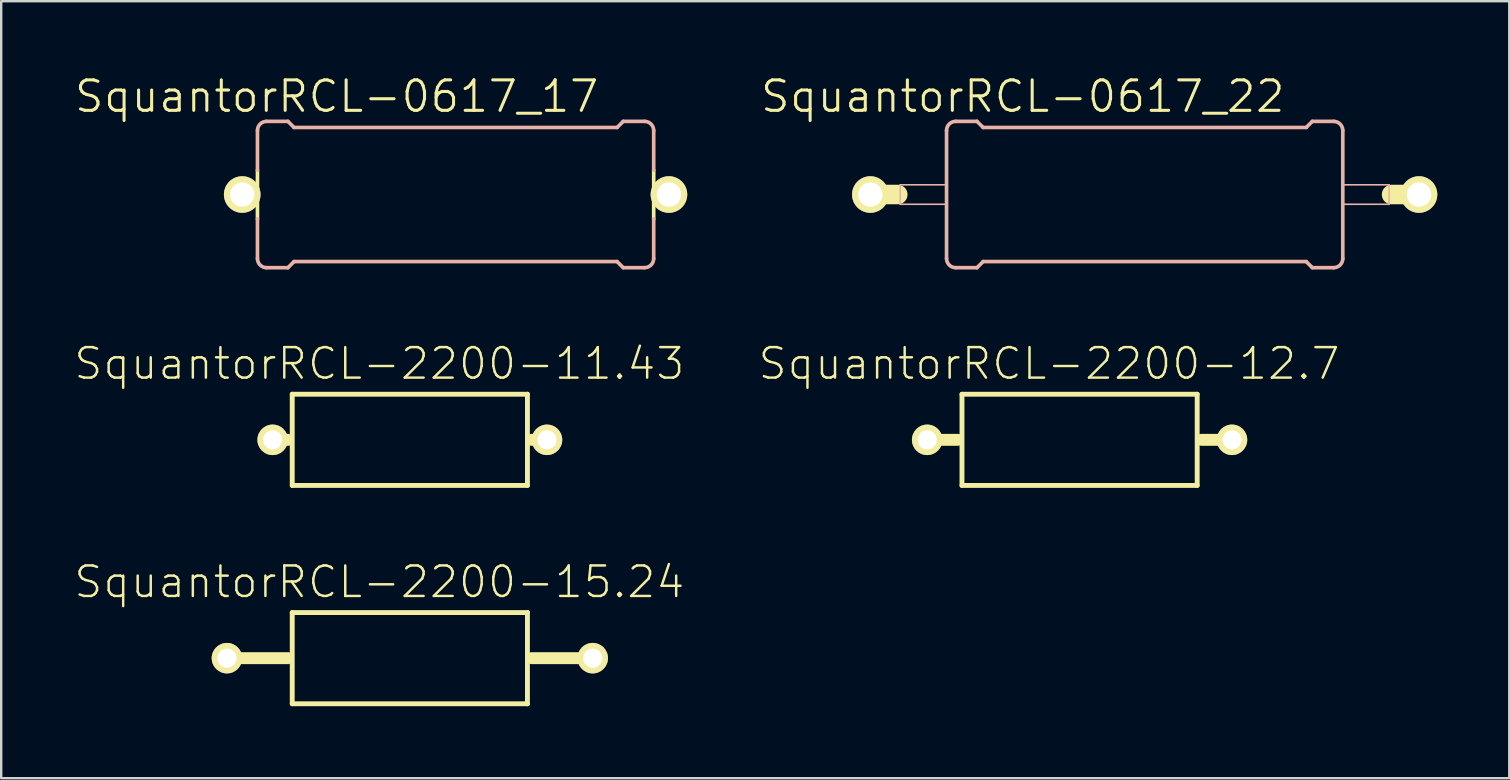
<source format=kicad_pcb>
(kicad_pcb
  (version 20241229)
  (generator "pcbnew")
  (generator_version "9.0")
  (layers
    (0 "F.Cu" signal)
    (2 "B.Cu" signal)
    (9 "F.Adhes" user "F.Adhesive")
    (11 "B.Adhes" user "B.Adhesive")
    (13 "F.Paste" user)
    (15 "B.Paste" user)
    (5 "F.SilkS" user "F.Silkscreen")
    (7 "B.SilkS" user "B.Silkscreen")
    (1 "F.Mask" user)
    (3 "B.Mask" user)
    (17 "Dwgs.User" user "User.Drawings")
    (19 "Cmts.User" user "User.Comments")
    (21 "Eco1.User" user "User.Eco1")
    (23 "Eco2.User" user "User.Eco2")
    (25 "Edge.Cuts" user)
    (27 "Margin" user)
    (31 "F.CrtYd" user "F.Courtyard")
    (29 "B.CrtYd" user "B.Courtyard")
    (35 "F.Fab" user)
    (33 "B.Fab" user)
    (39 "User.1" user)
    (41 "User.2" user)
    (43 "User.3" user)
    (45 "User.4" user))
  (footprint "SquantorRCL-0617_22"
    (layer "F.Cu")
    (at 44.644 5.055)
    (property "Reference" "SquantorRCL-0617_22" (at -5.08 -4.089 0) (layer "F.SilkS") (effects (font (size 1.27 1.27) (thickness 0.127))))
    (attr exclude_from_pos_files exclude_from_bom)
    (fp_line (start -10.287 0) (end -11.43 0) (stroke (width 0.813) (type solid)) (layer "F.SilkS"))
    (fp_line (start 11.43 0) (end 10.287 0) (stroke (width 0.813) (type solid)) (layer "F.SilkS"))
    (fp_line (start -10.185 -0.406) (end -8.255 -0.406) (stroke (width 0.066) (type solid)) (layer "B.SilkS"))
    (fp_line (start -10.185 0.406) (end -10.185 -0.406) (stroke (width 0.066) (type solid)) (layer "B.SilkS"))
    (fp_line (start -10.185 0.406) (end -8.255 0.406) (stroke (width 0.066) (type solid)) (layer "B.SilkS"))
    (fp_line (start -8.255 0.406) (end -8.255 -0.406) (stroke (width 0.066) (type solid)) (layer "B.SilkS"))
    (fp_line (start -8.255 2.667) (end -8.255 -2.667) (stroke (width 0.152) (type solid)) (layer "B.SilkS"))
    (fp_line (start -7.874 -3.048) (end -6.985 -3.048) (stroke (width 0.152) (type solid)) (layer "B.SilkS"))
    (fp_line (start -7.874 3.048) (end -6.985 3.048) (stroke (width 0.152) (type solid)) (layer "B.SilkS"))
    (fp_line (start -6.731 -2.794) (end -6.985 -3.048) (stroke (width 0.152) (type solid)) (layer "B.SilkS"))
    (fp_line (start -6.731 2.794) (end -6.985 3.048) (stroke (width 0.152) (type solid)) (layer "B.SilkS"))
    (fp_line (start 6.731 -2.794) (end -6.731 -2.794) (stroke (width 0.152) (type solid)) (layer "B.SilkS"))
    (fp_line (start 6.731 -2.794) (end 6.985 -3.048) (stroke (width 0.152) (type solid)) (layer "B.SilkS"))
    (fp_line (start 6.731 2.794) (end -6.731 2.794) (stroke (width 0.152) (type solid)) (layer "B.SilkS"))
    (fp_line (start 6.731 2.794) (end 6.985 3.048) (stroke (width 0.152) (type solid)) (layer "B.SilkS"))
    (fp_line (start 7.874 -3.048) (end 6.985 -3.048) (stroke (width 0.152) (type solid)) (layer "B.SilkS"))
    (fp_line (start 7.874 3.048) (end 6.985 3.048) (stroke (width 0.152) (type solid)) (layer "B.SilkS"))
    (fp_line (start 8.255 -0.406) (end 10.185 -0.406) (stroke (width 0.066) (type solid)) (layer "B.SilkS"))
    (fp_line (start 8.255 0.406) (end 8.255 -0.406) (stroke (width 0.066) (type solid)) (layer "B.SilkS"))
    (fp_line (start 8.255 0.406) (end 10.185 0.406) (stroke (width 0.066) (type solid)) (layer "B.SilkS"))
    (fp_line (start 8.255 2.667) (end 8.255 -2.667) (stroke (width 0.152) (type solid)) (layer "B.SilkS"))
    (fp_line (start 10.185 0.406) (end 10.185 -0.406) (stroke (width 0.066) (type solid)) (layer "B.SilkS"))
    (fp_arc (start -8.255 -2.667) (mid -8.143408 -2.936408) (end -7.874 -3.048) (stroke (width 0.1524) (type solid)) (layer "B.SilkS"))
    (fp_arc (start -7.874 3.048) (mid -8.143408 2.936408) (end -8.255 2.667) (stroke (width 0.1524) (type solid)) (layer "B.SilkS"))
    (fp_arc (start 7.874 -3.048) (mid 8.143408 -2.936408) (end 8.255 -2.667) (stroke (width 0.1524) (type solid)) (layer "B.SilkS"))
    (fp_arc (start 8.255 2.667) (mid 8.143408 2.936408) (end 7.874 3.048) (stroke (width 0.1524) (type solid)) (layer "B.SilkS"))
    (pad "1" thru_hole circle (at -11.43 0) (size 1.524 1.524) (drill 1.016) (layers "*.Cu" "F.Mask" "F.SilkS" "F.Paste"))
    (pad "2" thru_hole circle (at 11.43 0) (size 1.524 1.524) (drill 1.016) (layers "*.Cu" "F.Mask" "F.SilkS" "F.Paste")))
  (footprint "SquantorRCL-2200-12.7"
    (layer "F.Cu")
    (at 41.932 15.276)
    (property "Reference" "SquantorRCL-2200-12.7" (at -1.27 -3.175 0) (layer "F.SilkS") (effects (font (size 1.27 1.27) (thickness 0.102))))
    (attr exclude_from_pos_files exclude_from_bom)
    (fp_line (start -6.35 0) (end -5.08 0) (stroke (width 0.498) (type solid)) (layer "F.SilkS"))
    (fp_line (start -4.9 -1.9) (end 4.9 -1.9) (stroke (width 0.203) (type solid)) (layer "F.SilkS"))
    (fp_line (start -4.9 1.9) (end -4.9 -1.9) (stroke (width 0.203) (type solid)) (layer "F.SilkS"))
    (fp_line (start 4.9 -1.9) (end 4.9 1.9) (stroke (width 0.203) (type solid)) (layer "F.SilkS"))
    (fp_line (start 4.9 1.9) (end -4.9 1.9) (stroke (width 0.203) (type solid)) (layer "F.SilkS"))
    (fp_line (start 6.35 0) (end 5.08 0) (stroke (width 0.498) (type solid)) (layer "F.SilkS"))
    (pad "1" thru_hole circle (at -6.35 0) (size 1.27 1.27) (drill 0.798) (layers "*.Cu" "F.Mask" "F.SilkS" "F.Paste"))
    (pad "2" thru_hole circle (at 6.35 0) (size 1.27 1.27) (drill 0.798) (layers "*.Cu" "F.Mask" "F.SilkS" "F.Paste")))
  (footprint "SquantorRCL-0617_17"
    (layer "F.Cu")
    (at 15.932 5.055)
    (property "Reference" "SquantorRCL-0617_17" (at -4.953 -4.089 0) (layer "F.SilkS") (effects (font (size 1.27 1.27) (thickness 0.127))))
    (attr exclude_from_pos_files exclude_from_bom)
    (fp_line (start -8.89 0) (end -8.636 0) (stroke (width 0.813) (type solid)) (layer "F.SilkS"))
    (fp_line (start -8.534 -0.406) (end -8.23 -0.406) (stroke (width 0.066) (type solid)) (layer "F.SilkS"))
    (fp_line (start -8.534 0.406) (end -8.534 -0.406) (stroke (width 0.066) (type solid)) (layer "F.SilkS"))
    (fp_line (start -8.534 0.406) (end -8.23 0.406) (stroke (width 0.066) (type solid)) (layer "F.SilkS"))
    (fp_line (start -8.255 -1.016) (end -8.255 1.016) (stroke (width 0.152) (type solid)) (layer "F.SilkS"))
    (fp_line (start -8.23 0.406) (end -8.23 -0.406) (stroke (width 0.066) (type solid)) (layer "F.SilkS"))
    (fp_line (start 8.23 -0.406) (end 8.534 -0.406) (stroke (width 0.066) (type solid)) (layer "F.SilkS"))
    (fp_line (start 8.23 0.406) (end 8.23 -0.406) (stroke (width 0.066) (type solid)) (layer "F.SilkS"))
    (fp_line (start 8.23 0.406) (end 8.534 0.406) (stroke (width 0.066) (type solid)) (layer "F.SilkS"))
    (fp_line (start 8.255 -1.016) (end 8.255 1.016) (stroke (width 0.152) (type solid)) (layer "F.SilkS"))
    (fp_line (start 8.534 0.406) (end 8.534 -0.406) (stroke (width 0.066) (type solid)) (layer "F.SilkS"))
    (fp_line (start 8.636 0) (end 8.89 0) (stroke (width 0.813) (type solid)) (layer "F.SilkS"))
    (fp_line (start -8.255 -1.016) (end -8.255 -2.667) (stroke (width 0.152) (type solid)) (layer "B.SilkS"))
    (fp_line (start -8.255 2.667) (end -8.255 1.016) (stroke (width 0.152) (type solid)) (layer "B.SilkS"))
    (fp_line (start -7.874 -3.048) (end -6.985 -3.048) (stroke (width 0.152) (type solid)) (layer "B.SilkS"))
    (fp_line (start -7.874 3.048) (end -6.985 3.048) (stroke (width 0.152) (type solid)) (layer "B.SilkS"))
    (fp_line (start -6.731 -2.794) (end -6.985 -3.048) (stroke (width 0.152) (type solid)) (layer "B.SilkS"))
    (fp_line (start -6.731 2.794) (end -6.985 3.048) (stroke (width 0.152) (type solid)) (layer "B.SilkS"))
    (fp_line (start 6.731 -2.794) (end -6.731 -2.794) (stroke (width 0.152) (type solid)) (layer "B.SilkS"))
    (fp_line (start 6.731 -2.794) (end 6.985 -3.048) (stroke (width 0.152) (type solid)) (layer "B.SilkS"))
    (fp_line (start 6.731 2.794) (end -6.731 2.794) (stroke (width 0.152) (type solid)) (layer "B.SilkS"))
    (fp_line (start 6.731 2.794) (end 6.985 3.048) (stroke (width 0.152) (type solid)) (layer "B.SilkS"))
    (fp_line (start 7.874 -3.048) (end 6.985 -3.048) (stroke (width 0.152) (type solid)) (layer "B.SilkS"))
    (fp_line (start 7.874 3.048) (end 6.985 3.048) (stroke (width 0.152) (type solid)) (layer "B.SilkS"))
    (fp_line (start 8.255 -1.016) (end 8.255 -2.667) (stroke (width 0.152) (type solid)) (layer "B.SilkS"))
    (fp_line (start 8.255 2.667) (end 8.255 1.016) (stroke (width 0.152) (type solid)) (layer "B.SilkS"))
    (fp_arc (start -8.255 -2.667) (mid -8.143408 -2.936408) (end -7.874 -3.048) (stroke (width 0.1524) (type solid)) (layer "B.SilkS"))
    (fp_arc (start -7.874 3.048) (mid -8.143408 2.936408) (end -8.255 2.667) (stroke (width 0.1524) (type solid)) (layer "B.SilkS"))
    (fp_arc (start 7.874 -3.048) (mid 8.143408 -2.936408) (end 8.255 -2.667) (stroke (width 0.1524) (type solid)) (layer "B.SilkS"))
    (fp_arc (start 8.255 2.667) (mid 8.143408 2.936408) (end 7.874 3.048) (stroke (width 0.1524) (type solid)) (layer "B.SilkS"))
    (pad "1" thru_hole circle (at -8.89 0) (size 1.524 1.524) (drill 1.016) (layers "*.Cu" "F.Mask" "F.SilkS" "F.Paste"))
    (pad "2" thru_hole circle (at 8.89 0) (size 1.524 1.524) (drill 1.016) (layers "*.Cu" "F.Mask" "F.SilkS" "F.Paste")))
  (footprint "SquantorRCL-2200-15.24"
    (layer "F.Cu")
    (at 14.026 24.373)
    (property "Reference" "SquantorRCL-2200-15.24" (at -1.27 -3.175 0) (layer "F.SilkS") (effects (font (size 1.27 1.27) (thickness 0.102))))
    (attr exclude_from_pos_files exclude_from_bom)
    (fp_line (start -7.62 0) (end -5.08 0) (stroke (width 0.498) (type solid)) (layer "F.SilkS"))
    (fp_line (start -4.9 -1.9) (end 4.9 -1.9) (stroke (width 0.203) (type solid)) (layer "F.SilkS"))
    (fp_line (start -4.9 1.9) (end -4.9 -1.9) (stroke (width 0.203) (type solid)) (layer "F.SilkS"))
    (fp_line (start 4.9 -1.9) (end 4.9 1.9) (stroke (width 0.203) (type solid)) (layer "F.SilkS"))
    (fp_line (start 4.9 1.9) (end -4.9 1.9) (stroke (width 0.203) (type solid)) (layer "F.SilkS"))
    (fp_line (start 7.62 0) (end 5.08 0) (stroke (width 0.498) (type solid)) (layer "F.SilkS"))
    (pad "1" thru_hole circle (at -7.62 0) (size 1.27 1.27) (drill 0.798) (layers "*.Cu" "F.Mask" "F.SilkS" "F.Paste"))
    (pad "2" thru_hole circle (at 7.62 0) (size 1.27 1.27) (drill 0.798) (layers "*.Cu" "F.Mask" "F.SilkS" "F.Paste")))
  (footprint "SquantorRCL-2200-11.43"
    (layer "F.Cu")
    (at 14.026 15.276)
    (property "Reference" "SquantorRCL-2200-11.43" (at -1.27 -3.175 0) (layer "F.SilkS") (effects (font (size 1.27 1.27) (thickness 0.102))))
    (attr exclude_from_pos_files exclude_from_bom)
    (fp_line (start -5.715 0) (end -5.08 0) (stroke (width 0.498) (type solid)) (layer "F.SilkS"))
    (fp_line (start -4.9 -1.9) (end 4.9 -1.9) (stroke (width 0.203) (type solid)) (layer "F.SilkS"))
    (fp_line (start -4.9 1.9) (end -4.9 -1.9) (stroke (width 0.203) (type solid)) (layer "F.SilkS"))
    (fp_line (start 4.9 -1.9) (end 4.9 1.9) (stroke (width 0.203) (type solid)) (layer "F.SilkS"))
    (fp_line (start 4.9 1.9) (end -4.9 1.9) (stroke (width 0.203) (type solid)) (layer "F.SilkS"))
    (fp_line (start 5.715 0) (end 5.08 0) (stroke (width 0.498) (type solid)) (layer "F.SilkS"))
    (pad "1" thru_hole circle (at -5.715 0) (size 1.27 1.27) (drill 0.798) (layers "*.Cu" "F.Mask" "F.SilkS" "F.Paste"))
    (pad "2" thru_hole circle (at 5.715 0) (size 1.27 1.27) (drill 0.798) (layers "*.Cu" "F.Mask" "F.SilkS" "F.Paste")))
  (gr_rect
    (start -3 -3)
    (end 59.836 29.375)
    (stroke (width 0.1) (type default))
    (fill no)
    (layer "Edge.Cuts")))
</source>
